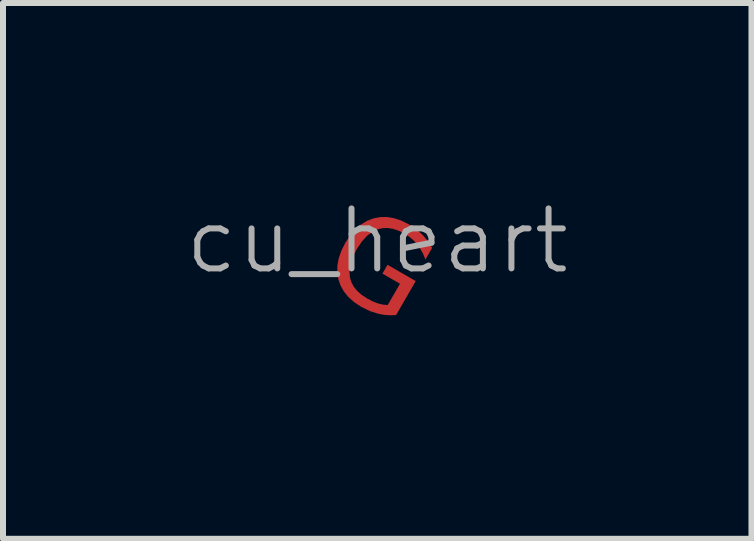
<source format=kicad_pcb>
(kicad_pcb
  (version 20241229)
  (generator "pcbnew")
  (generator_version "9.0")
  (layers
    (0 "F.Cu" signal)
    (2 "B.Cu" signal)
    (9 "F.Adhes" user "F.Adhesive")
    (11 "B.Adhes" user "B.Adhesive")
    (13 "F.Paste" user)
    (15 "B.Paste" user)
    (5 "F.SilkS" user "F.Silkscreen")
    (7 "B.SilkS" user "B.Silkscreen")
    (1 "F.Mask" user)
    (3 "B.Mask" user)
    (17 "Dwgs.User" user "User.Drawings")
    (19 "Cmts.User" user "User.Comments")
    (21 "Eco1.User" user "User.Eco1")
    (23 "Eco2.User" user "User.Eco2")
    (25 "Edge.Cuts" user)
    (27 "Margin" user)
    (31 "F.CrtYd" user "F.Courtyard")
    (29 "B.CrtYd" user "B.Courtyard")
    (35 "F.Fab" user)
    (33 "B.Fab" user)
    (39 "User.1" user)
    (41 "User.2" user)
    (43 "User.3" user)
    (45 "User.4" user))
  (footprint "cu_heart"
    (layer "F.Cu")
    (at 3.24 1.468)
    (property "Reference" "cu_heart" (at 0 -0.5 0) (unlocked yes) (layer "F.Fab") (effects (font (size 1 1) (thickness 0.1))))
    (attr smd)
    (fp_text user "G" (at 0 0 330) (unlocked yes) (layer "F.Cu") (effects (font (face "Distro Bats") (size 1.5 1.5) (thickness 0.3))))
    (fp_text user "G" (at 0 0 330) (unlocked yes) (layer "F.Mask") (effects (font (face "Distro Bats") (size 1.5 1.5) (thickness 0.3)))))
  (gr_rect
    (start -3 -3)
    (end 9.481 5.935)
    (stroke (width 0.1) (type default))
    (fill no)
    (layer "Edge.Cuts")))
</source>
